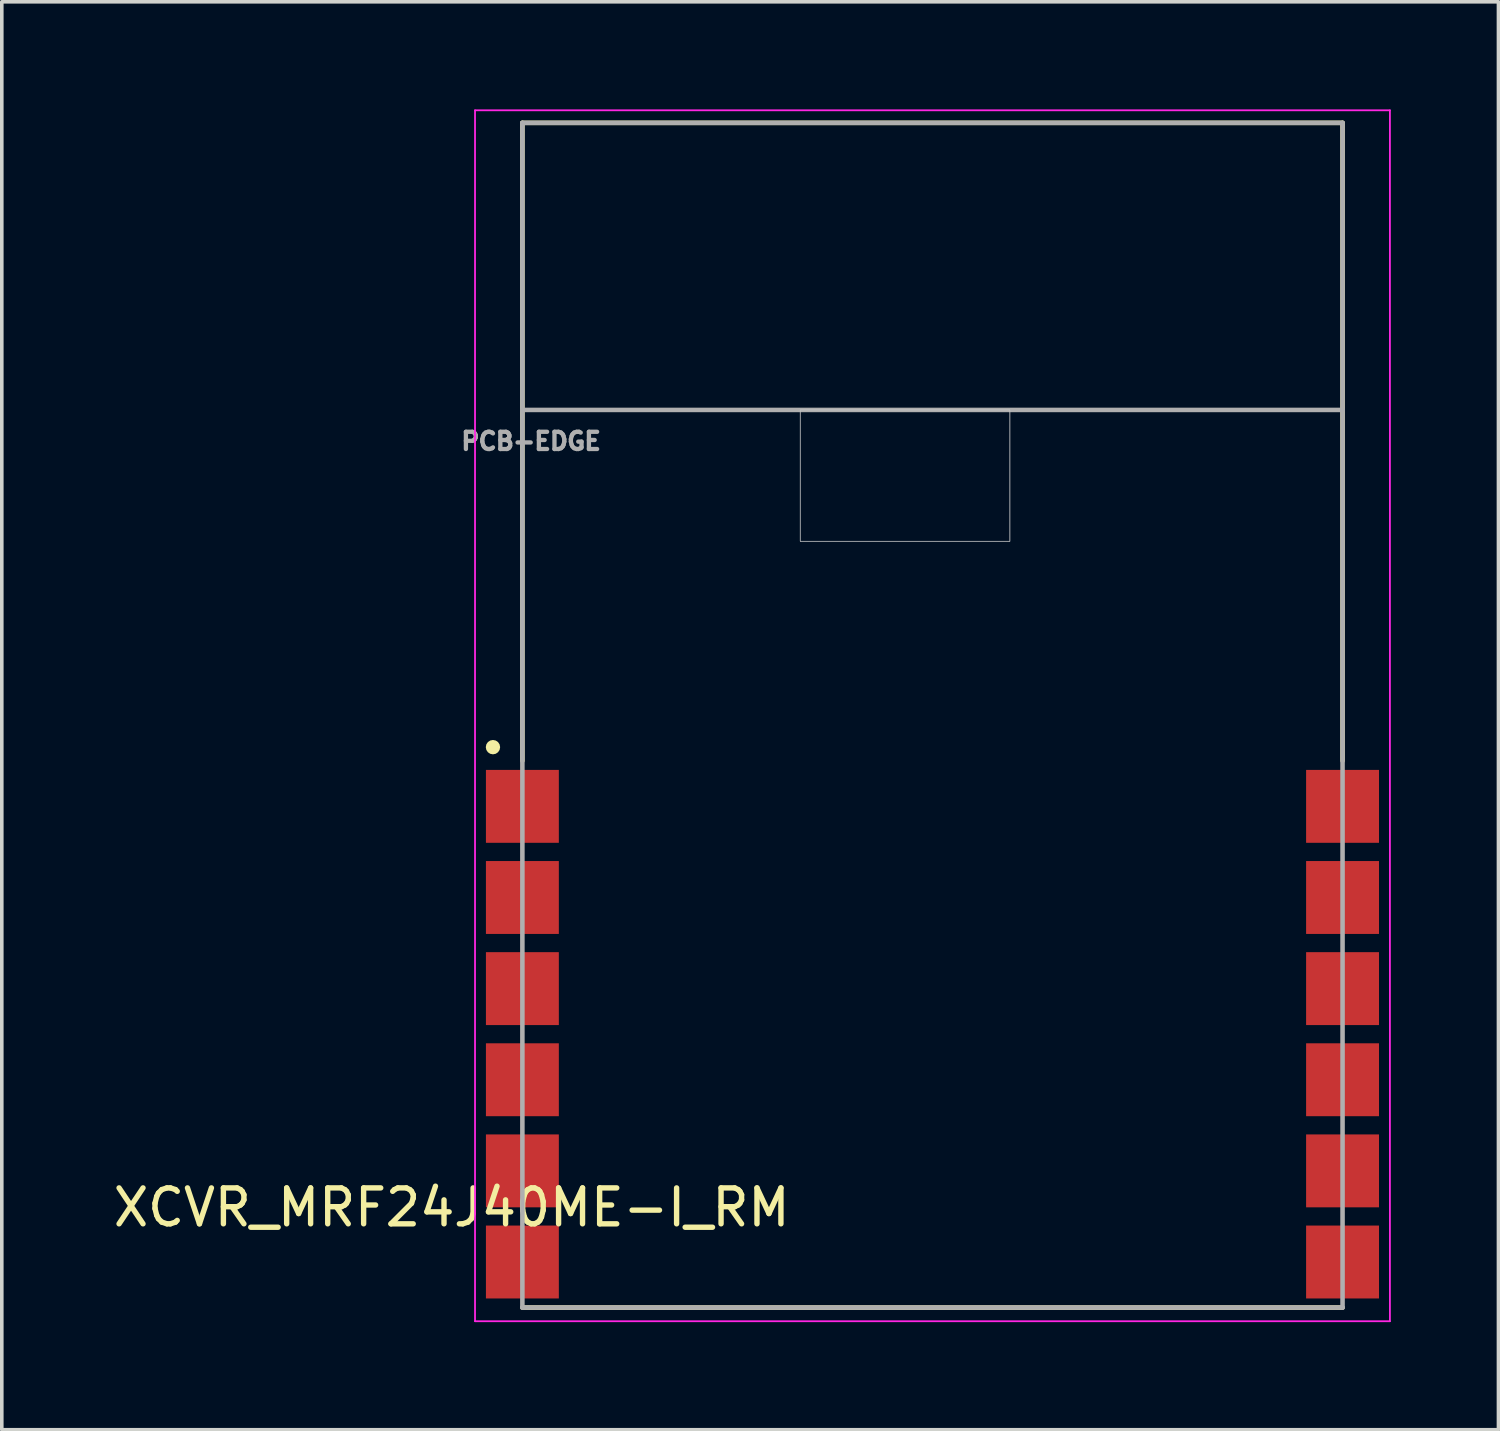
<source format=kicad_pcb>
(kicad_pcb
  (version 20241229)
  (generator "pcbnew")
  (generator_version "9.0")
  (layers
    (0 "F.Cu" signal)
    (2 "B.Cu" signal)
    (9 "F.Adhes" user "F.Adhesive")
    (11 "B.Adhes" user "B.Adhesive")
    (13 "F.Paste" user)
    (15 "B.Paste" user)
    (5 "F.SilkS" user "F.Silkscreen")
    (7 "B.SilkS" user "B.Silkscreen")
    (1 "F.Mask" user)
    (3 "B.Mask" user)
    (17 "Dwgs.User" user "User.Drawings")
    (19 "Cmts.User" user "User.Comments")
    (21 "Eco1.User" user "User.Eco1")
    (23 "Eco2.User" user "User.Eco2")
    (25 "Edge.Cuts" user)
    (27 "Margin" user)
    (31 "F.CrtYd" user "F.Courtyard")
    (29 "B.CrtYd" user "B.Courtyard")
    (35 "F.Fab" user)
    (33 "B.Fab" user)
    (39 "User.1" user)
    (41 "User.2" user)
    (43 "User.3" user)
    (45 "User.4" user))
  (footprint "XCVR_MRF24J40ME-I_RM"
    (layer "F.Cu")
    (at 22.94 25.775)
    (property "Reference" "XCVR_MRF24J40ME-I_RM" (at -13.4 4.83 180) (layer "F.SilkS") (effects (font (size 1.001 1.001) (thickness 0.15))))
    (attr through_hole)
    (fp_line (start -11.43 -25.4) (end 11.43 -25.4) (stroke (width 0.127) (type solid)) (layer "F.SilkS"))
    (fp_line (start -11.43 -7.62) (end -11.43 -25.4) (stroke (width 0.127) (type solid)) (layer "F.SilkS"))
    (fp_line (start -11.43 7.62) (end 11.43 7.62) (stroke (width 0.127) (type solid)) (layer "F.SilkS"))
    (fp_line (start 11.43 -25.4) (end 11.43 -7.62) (stroke (width 0.127) (type solid)) (layer "F.SilkS"))
    (fp_circle (center -12.25 -8) (end -12.15 -8) (stroke (width 0.2) (type solid)) (fill no) (layer "F.SilkS"))
    (fp_poly (pts (xy -3.69 -17.399) (xy 2.159 -17.399) (xy 2.159 -13.743) (xy -3.69 -13.743)) (stroke (width 0.01) (type solid)) (fill no) (layer "Dwgs.User"))
    (fp_poly (pts (xy -3.688 -17.399) (xy 2.159 -17.399) (xy 2.159 -13.735) (xy -3.688 -13.735)) (stroke (width 0.01) (type solid)) (fill no) (layer "Dwgs.User"))
    (fp_poly (pts (xy -3.687 -17.399) (xy 2.159 -17.399) (xy 2.159 -13.731) (xy -3.687 -13.731)) (stroke (width 0.01) (type solid)) (fill no) (layer "Dwgs.User"))
    (fp_line (start -12.75 -25.75) (end -12.75 8) (stroke (width 0.05) (type solid)) (layer "F.CrtYd"))
    (fp_line (start -12.75 8) (end 12.75 8) (stroke (width 0.05) (type solid)) (layer "F.CrtYd"))
    (fp_line (start 12.75 -25.75) (end -12.75 -25.75) (stroke (width 0.05) (type solid)) (layer "F.CrtYd"))
    (fp_line (start 12.75 8) (end 12.75 -25.75) (stroke (width 0.05) (type solid)) (layer "F.CrtYd"))
    (fp_line (start -11.43 -25.4) (end 11.43 -25.4) (stroke (width 0.127) (type solid)) (layer "F.Fab"))
    (fp_line (start -11.43 -17.399) (end -11.43 -25.4) (stroke (width 0.127) (type solid)) (layer "F.Fab"))
    (fp_line (start -11.43 -17.399) (end 11.43 -17.399) (stroke (width 0.127) (type solid)) (layer "F.Fab"))
    (fp_line (start -11.43 7.62) (end -11.43 -17.399) (stroke (width 0.127) (type solid)) (layer "F.Fab"))
    (fp_line (start 11.43 -25.4) (end 11.43 -17.399) (stroke (width 0.127) (type solid)) (layer "F.Fab"))
    (fp_line (start 11.43 -17.399) (end 11.43 7.62) (stroke (width 0.127) (type solid)) (layer "F.Fab"))
    (fp_line (start 11.43 7.62) (end -11.43 7.62) (stroke (width 0.127) (type solid)) (layer "F.Fab"))
    (fp_text user "PCB-EDGE" (at -11.187 -16.526 0) (layer "F.Fab") (effects (font (size 0.48 0.48) (thickness 0.15))))
    (pad "1" smd rect (at -11.43 -6.35) (size 2.032 2.032) (layers "F.Cu" "F.Mask" "F.Paste"))
    (pad "2" smd rect (at -11.43 -3.81) (size 2.032 2.032) (layers "F.Cu" "F.Mask" "F.Paste"))
    (pad "3" smd rect (at -11.43 -1.27) (size 2.032 2.032) (layers "F.Cu" "F.Mask" "F.Paste"))
    (pad "4" smd rect (at -11.43 1.27) (size 2.032 2.032) (layers "F.Cu" "F.Mask" "F.Paste"))
    (pad "5" smd rect (at -11.43 3.81) (size 2.032 2.032) (layers "F.Cu" "F.Mask" "F.Paste"))
    (pad "6" smd rect (at -11.43 6.35) (size 2.032 2.032) (layers "F.Cu" "F.Mask" "F.Paste"))
    (pad "7" smd rect (at 11.43 6.35) (size 2.032 2.032) (layers "F.Cu" "F.Mask" "F.Paste"))
    (pad "8" smd rect (at 11.43 3.81) (size 2.032 2.032) (layers "F.Cu" "F.Mask" "F.Paste"))
    (pad "9" smd rect (at 11.43 1.27) (size 2.032 2.032) (layers "F.Cu" "F.Mask" "F.Paste"))
    (pad "10" smd rect (at 11.43 -1.27) (size 2.032 2.032) (layers "F.Cu" "F.Mask" "F.Paste"))
    (pad "11" smd rect (at 11.43 -3.81) (size 2.032 2.032) (layers "F.Cu" "F.Mask" "F.Paste"))
    (pad "12" smd rect (at 11.43 -6.35) (size 2.032 2.032) (layers "F.Cu" "F.Mask" "F.Paste")))
  (gr_rect
    (start -3 -3)
    (end 38.715 36.8)
    (stroke (width 0.1) (type default))
    (fill no)
    (layer "Edge.Cuts")))
</source>
